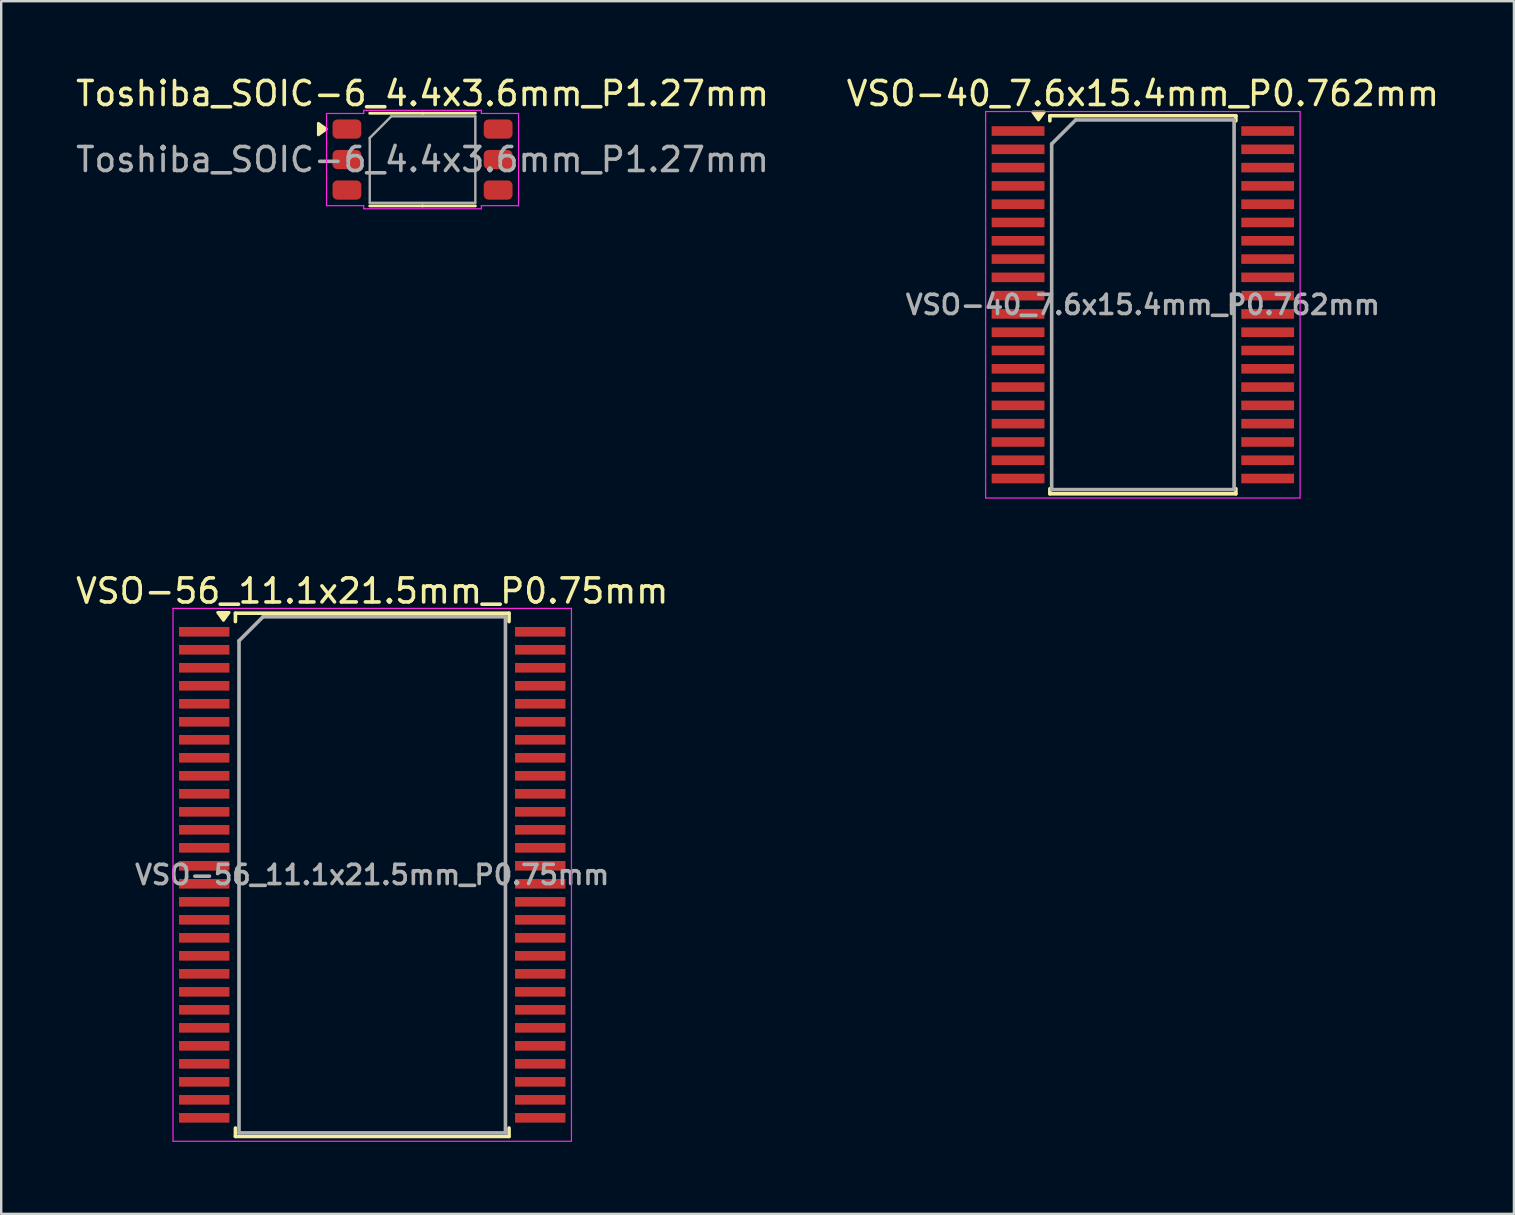
<source format=kicad_pcb>
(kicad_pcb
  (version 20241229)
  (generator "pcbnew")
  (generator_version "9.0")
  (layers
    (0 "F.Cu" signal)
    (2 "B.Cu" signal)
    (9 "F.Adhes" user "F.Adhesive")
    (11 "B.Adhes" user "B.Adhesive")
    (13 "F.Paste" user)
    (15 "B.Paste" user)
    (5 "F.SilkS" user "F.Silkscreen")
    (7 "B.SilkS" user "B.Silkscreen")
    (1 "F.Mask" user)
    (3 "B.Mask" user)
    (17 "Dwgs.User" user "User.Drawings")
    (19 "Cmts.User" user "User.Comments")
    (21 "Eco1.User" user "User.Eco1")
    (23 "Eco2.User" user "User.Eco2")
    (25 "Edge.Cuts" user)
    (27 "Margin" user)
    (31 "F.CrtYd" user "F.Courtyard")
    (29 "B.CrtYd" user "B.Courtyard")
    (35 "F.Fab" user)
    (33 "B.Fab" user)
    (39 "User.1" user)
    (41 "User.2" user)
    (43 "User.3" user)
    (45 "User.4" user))
  (footprint "Toshiba_SOIC-6_4.4x3.6mm_P1.27mm"
    (layer "F.Cu")
    (at 14.554 3.598)
    (property "Reference" "Toshiba_SOIC-6_4.4x3.6mm_P1.27mm" (at 0 -2.75 0) (layer "F.SilkS") (effects (font (size 1 1) (thickness 0.15))))
    (attr smd)
    (fp_line (start 0 -1.93) (end -2.2 -1.93) (stroke (width 0.12) (type solid)) (layer "F.SilkS"))
    (fp_line (start 0 -1.93) (end 2.2 -1.93) (stroke (width 0.12) (type solid)) (layer "F.SilkS"))
    (fp_line (start 0 1.93) (end -2.2 1.93) (stroke (width 0.12) (type solid)) (layer "F.SilkS"))
    (fp_line (start 0 1.93) (end 2.2 1.93) (stroke (width 0.12) (type solid)) (layer "F.SilkS"))
    (fp_poly (pts (xy -4.01 -1.27) (xy -4.34 -1.03) (xy -4.34 -1.51)) (stroke (width 0.12) (type solid)) (fill yes) (layer "F.SilkS"))
    (fp_line (start -4 -1.92) (end -2.45 -1.92) (stroke (width 0.05) (type solid)) (layer "F.CrtYd"))
    (fp_line (start -4 1.92) (end -4 -1.92) (stroke (width 0.05) (type solid)) (layer "F.CrtYd"))
    (fp_line (start -2.45 -2.05) (end 2.45 -2.05) (stroke (width 0.05) (type solid)) (layer "F.CrtYd"))
    (fp_line (start -2.45 -1.92) (end -2.45 -2.05) (stroke (width 0.05) (type solid)) (layer "F.CrtYd"))
    (fp_line (start -2.45 1.92) (end -4 1.92) (stroke (width 0.05) (type solid)) (layer "F.CrtYd"))
    (fp_line (start -2.45 2.05) (end -2.45 1.92) (stroke (width 0.05) (type solid)) (layer "F.CrtYd"))
    (fp_line (start 2.45 -2.05) (end 2.45 -1.92) (stroke (width 0.05) (type solid)) (layer "F.CrtYd"))
    (fp_line (start 2.45 -1.92) (end 4 -1.92) (stroke (width 0.05) (type solid)) (layer "F.CrtYd"))
    (fp_line (start 2.45 1.92) (end 2.45 2.05) (stroke (width 0.05) (type solid)) (layer "F.CrtYd"))
    (fp_line (start 2.45 2.05) (end -2.45 2.05) (stroke (width 0.05) (type solid)) (layer "F.CrtYd"))
    (fp_line (start 4 -1.92) (end 4 1.92) (stroke (width 0.05) (type solid)) (layer "F.CrtYd"))
    (fp_line (start 4 1.92) (end 2.45 1.92) (stroke (width 0.05) (type solid)) (layer "F.CrtYd"))
    (fp_line (start -2.2 -0.9) (end -1.3 -1.8) (stroke (width 0.1) (type solid)) (layer "F.Fab"))
    (fp_line (start -2.2 1.8) (end -2.2 -0.9) (stroke (width 0.1) (type solid)) (layer "F.Fab"))
    (fp_line (start -1.3 -1.8) (end 2.2 -1.8) (stroke (width 0.1) (type solid)) (layer "F.Fab"))
    (fp_line (start 2.2 -1.8) (end 2.2 1.8) (stroke (width 0.1) (type solid)) (layer "F.Fab"))
    (fp_line (start 2.2 1.8) (end -2.2 1.8) (stroke (width 0.1) (type solid)) (layer "F.Fab"))
    (fp_text user "${REFERENCE}" (at 0 0 0) (layer "F.Fab") (effects (font (size 1 1) (thickness 0.15))))
    (pad "1" smd roundrect (at -3.15 -1.27) (size 1.2 0.8) (layers "F.Cu" "F.Mask" "F.Paste") (roundrect_rratio 0.25))
    (pad "2" smd roundrect (at -3.15 0) (size 1.2 0.8) (layers "F.Cu" "F.Mask" "F.Paste") (roundrect_rratio 0.25))
    (pad "3" smd roundrect (at -3.15 1.27) (size 1.2 0.8) (layers "F.Cu" "F.Mask" "F.Paste") (roundrect_rratio 0.25))
    (pad "4" smd roundrect (at 3.15 1.27) (size 1.2 0.8) (layers "F.Cu" "F.Mask" "F.Paste") (roundrect_rratio 0.25))
    (pad "5" smd roundrect (at 3.15 0) (size 1.2 0.8) (layers "F.Cu" "F.Mask" "F.Paste") (roundrect_rratio 0.25))
    (pad "6" smd roundrect (at 3.15 -1.27) (size 1.2 0.8) (layers "F.Cu" "F.Mask" "F.Paste") (roundrect_rratio 0.25)))
  (footprint "VSO-40_7.6x15.4mm_P0.762mm"
    (layer "F.Cu")
    (at 44.565 9.648)
    (property "Reference" "VSO-40_7.6x15.4mm_P0.762mm" (at 0 -8.8 0) (layer "F.SilkS") (effects (font (size 1 1) (thickness 0.15))))
    (attr smd)
    (fp_line (start -3.875 -7.875) (end -3.875 -7.664) (stroke (width 0.15) (type solid)) (layer "F.SilkS"))
    (fp_line (start -3.875 -7.875) (end 3.875 -7.875) (stroke (width 0.15) (type solid)) (layer "F.SilkS"))
    (fp_line (start -3.875 7.875) (end -3.875 7.664) (stroke (width 0.15) (type solid)) (layer "F.SilkS"))
    (fp_line (start -3.875 7.875) (end 3.875 7.875) (stroke (width 0.15) (type solid)) (layer "F.SilkS"))
    (fp_line (start 3.875 -7.875) (end 3.875 -7.664) (stroke (width 0.15) (type solid)) (layer "F.SilkS"))
    (fp_line (start 3.875 7.875) (end 3.875 7.664) (stroke (width 0.15) (type solid)) (layer "F.SilkS"))
    (fp_poly (pts (xy -4.35 -7.7) (xy -4.59 -8.03) (xy -4.11 -8.03) (xy -4.35 -7.7)) (stroke (width 0.12) (type solid)) (fill yes) (layer "F.SilkS"))
    (fp_line (start -6.55 -8.05) (end -6.55 8.05) (stroke (width 0.05) (type solid)) (layer "F.CrtYd"))
    (fp_line (start -6.55 -8.05) (end 6.55 -8.05) (stroke (width 0.05) (type solid)) (layer "F.CrtYd"))
    (fp_line (start -6.55 8.05) (end 6.55 8.05) (stroke (width 0.05) (type solid)) (layer "F.CrtYd"))
    (fp_line (start 6.55 -8.05) (end 6.55 8.05) (stroke (width 0.05) (type solid)) (layer "F.CrtYd"))
    (fp_line (start -3.8 -6.7) (end -2.8 -7.7) (stroke (width 0.15) (type solid)) (layer "F.Fab"))
    (fp_line (start -3.8 7.7) (end -3.8 -6.7) (stroke (width 0.15) (type solid)) (layer "F.Fab"))
    (fp_line (start -2.8 -7.7) (end 3.8 -7.7) (stroke (width 0.15) (type solid)) (layer "F.Fab"))
    (fp_line (start 3.8 -7.7) (end 3.8 7.7) (stroke (width 0.15) (type solid)) (layer "F.Fab"))
    (fp_line (start 3.8 7.7) (end -3.8 7.7) (stroke (width 0.15) (type solid)) (layer "F.Fab"))
    (fp_text user "${REFERENCE}" (at 0 0 0) (layer "F.Fab") (effects (font (size 0.8 0.8) (thickness 0.15))))
    (pad "1" smd rect (at -5.2 -7.239) (size 2.2 0.4) (layers "F.Cu" "F.Mask" "F.Paste"))
    (pad "2" smd rect (at -5.2 -6.477) (size 2.2 0.4) (layers "F.Cu" "F.Mask" "F.Paste"))
    (pad "3" smd rect (at -5.2 -5.715) (size 2.2 0.4) (layers "F.Cu" "F.Mask" "F.Paste"))
    (pad "4" smd rect (at -5.2 -4.953) (size 2.2 0.4) (layers "F.Cu" "F.Mask" "F.Paste"))
    (pad "5" smd rect (at -5.2 -4.191) (size 2.2 0.4) (layers "F.Cu" "F.Mask" "F.Paste"))
    (pad "6" smd rect (at -5.2 -3.429) (size 2.2 0.4) (layers "F.Cu" "F.Mask" "F.Paste"))
    (pad "7" smd rect (at -5.2 -2.667) (size 2.2 0.4) (layers "F.Cu" "F.Mask" "F.Paste"))
    (pad "8" smd rect (at -5.2 -1.905) (size 2.2 0.4) (layers "F.Cu" "F.Mask" "F.Paste"))
    (pad "9" smd rect (at -5.2 -1.143) (size 2.2 0.4) (layers "F.Cu" "F.Mask" "F.Paste"))
    (pad "10" smd rect (at -5.2 -0.381) (size 2.2 0.4) (layers "F.Cu" "F.Mask" "F.Paste"))
    (pad "11" smd rect (at -5.2 0.381) (size 2.2 0.4) (layers "F.Cu" "F.Mask" "F.Paste"))
    (pad "12" smd rect (at -5.2 1.143) (size 2.2 0.4) (layers "F.Cu" "F.Mask" "F.Paste"))
    (pad "13" smd rect (at -5.2 1.905) (size 2.2 0.4) (layers "F.Cu" "F.Mask" "F.Paste"))
    (pad "14" smd rect (at -5.2 2.667) (size 2.2 0.4) (layers "F.Cu" "F.Mask" "F.Paste"))
    (pad "15" smd rect (at -5.2 3.429) (size 2.2 0.4) (layers "F.Cu" "F.Mask" "F.Paste"))
    (pad "16" smd rect (at -5.2 4.191) (size 2.2 0.4) (layers "F.Cu" "F.Mask" "F.Paste"))
    (pad "17" smd rect (at -5.2 4.953) (size 2.2 0.4) (layers "F.Cu" "F.Mask" "F.Paste"))
    (pad "18" smd rect (at -5.2 5.715) (size 2.2 0.4) (layers "F.Cu" "F.Mask" "F.Paste"))
    (pad "19" smd rect (at -5.2 6.477) (size 2.2 0.4) (layers "F.Cu" "F.Mask" "F.Paste"))
    (pad "20" smd rect (at -5.2 7.239) (size 2.2 0.4) (layers "F.Cu" "F.Mask" "F.Paste"))
    (pad "21" smd rect (at 5.2 7.239) (size 2.2 0.4) (layers "F.Cu" "F.Mask" "F.Paste"))
    (pad "22" smd rect (at 5.2 6.477) (size 2.2 0.4) (layers "F.Cu" "F.Mask" "F.Paste"))
    (pad "23" smd rect (at 5.2 5.715) (size 2.2 0.4) (layers "F.Cu" "F.Mask" "F.Paste"))
    (pad "24" smd rect (at 5.2 4.953) (size 2.2 0.4) (layers "F.Cu" "F.Mask" "F.Paste"))
    (pad "25" smd rect (at 5.2 4.191) (size 2.2 0.4) (layers "F.Cu" "F.Mask" "F.Paste"))
    (pad "26" smd rect (at 5.2 3.429) (size 2.2 0.4) (layers "F.Cu" "F.Mask" "F.Paste"))
    (pad "27" smd rect (at 5.2 2.667) (size 2.2 0.4) (layers "F.Cu" "F.Mask" "F.Paste"))
    (pad "28" smd rect (at 5.2 1.905) (size 2.2 0.4) (layers "F.Cu" "F.Mask" "F.Paste"))
    (pad "29" smd rect (at 5.2 1.143) (size 2.2 0.4) (layers "F.Cu" "F.Mask" "F.Paste"))
    (pad "30" smd rect (at 5.2 0.381) (size 2.2 0.4) (layers "F.Cu" "F.Mask" "F.Paste"))
    (pad "31" smd rect (at 5.2 -0.381) (size 2.2 0.4) (layers "F.Cu" "F.Mask" "F.Paste"))
    (pad "32" smd rect (at 5.2 -1.143) (size 2.2 0.4) (layers "F.Cu" "F.Mask" "F.Paste"))
    (pad "33" smd rect (at 5.2 -1.905) (size 2.2 0.4) (layers "F.Cu" "F.Mask" "F.Paste"))
    (pad "34" smd rect (at 5.2 -2.667) (size 2.2 0.4) (layers "F.Cu" "F.Mask" "F.Paste"))
    (pad "35" smd rect (at 5.2 -3.429) (size 2.2 0.4) (layers "F.Cu" "F.Mask" "F.Paste"))
    (pad "36" smd rect (at 5.2 -4.191) (size 2.2 0.4) (layers "F.Cu" "F.Mask" "F.Paste"))
    (pad "37" smd rect (at 5.2 -4.953) (size 2.2 0.4) (layers "F.Cu" "F.Mask" "F.Paste"))
    (pad "38" smd rect (at 5.2 -5.715) (size 2.2 0.4) (layers "F.Cu" "F.Mask" "F.Paste"))
    (pad "39" smd rect (at 5.2 -6.477) (size 2.2 0.4) (layers "F.Cu" "F.Mask" "F.Paste"))
    (pad "40" smd rect (at 5.2 -7.239) (size 2.2 0.4) (layers "F.Cu" "F.Mask" "F.Paste")))
  (footprint "VSO-56_11.1x21.5mm_P0.75mm"
    (layer "F.Cu")
    (at 12.458 33.397)
    (property "Reference" "VSO-56_11.1x21.5mm_P0.75mm" (at 0 -11.825 0) (layer "F.SilkS") (effects (font (size 1 1) (thickness 0.15))))
    (attr smd)
    (fp_line (start -5.7 -10.9) (end -5.7 -10.55) (stroke (width 0.15) (type solid)) (layer "F.SilkS"))
    (fp_line (start -5.7 -10.9) (end 5.7 -10.9) (stroke (width 0.15) (type solid)) (layer "F.SilkS"))
    (fp_line (start -5.7 10.9) (end -5.7 10.55) (stroke (width 0.15) (type solid)) (layer "F.SilkS"))
    (fp_line (start -5.7 10.9) (end 5.7 10.9) (stroke (width 0.15) (type solid)) (layer "F.SilkS"))
    (fp_line (start 5.7 -10.9) (end 5.7 -10.55) (stroke (width 0.15) (type solid)) (layer "F.SilkS"))
    (fp_line (start 5.7 10.9) (end 5.7 10.55) (stroke (width 0.15) (type solid)) (layer "F.SilkS"))
    (fp_poly (pts (xy -6.2 -10.6) (xy -6.44 -10.93) (xy -5.96 -10.93) (xy -6.2 -10.6)) (stroke (width 0.12) (type solid)) (fill yes) (layer "F.SilkS"))
    (fp_line (start -8.3 -11.1) (end -8.3 11.1) (stroke (width 0.05) (type solid)) (layer "F.CrtYd"))
    (fp_line (start -8.3 -11.1) (end 8.3 -11.1) (stroke (width 0.05) (type solid)) (layer "F.CrtYd"))
    (fp_line (start -8.3 11.1) (end 8.3 11.1) (stroke (width 0.05) (type solid)) (layer "F.CrtYd"))
    (fp_line (start 8.3 -11.1) (end 8.3 11.1) (stroke (width 0.05) (type solid)) (layer "F.CrtYd"))
    (fp_line (start -5.55 -9.75) (end -4.55 -10.75) (stroke (width 0.15) (type solid)) (layer "F.Fab"))
    (fp_line (start -5.55 10.75) (end -5.55 -9.75) (stroke (width 0.15) (type solid)) (layer "F.Fab"))
    (fp_line (start -4.55 -10.75) (end 5.55 -10.75) (stroke (width 0.15) (type solid)) (layer "F.Fab"))
    (fp_line (start 5.55 -10.75) (end 5.55 10.75) (stroke (width 0.15) (type solid)) (layer "F.Fab"))
    (fp_line (start 5.55 10.75) (end -5.55 10.75) (stroke (width 0.15) (type solid)) (layer "F.Fab"))
    (fp_text user "${REFERENCE}" (at 0 0 0) (layer "F.Fab") (effects (font (size 0.8 0.8) (thickness 0.15))))
    (pad "1" smd rect (at -7 -10.125) (size 2.1 0.4) (layers "F.Cu" "F.Mask" "F.Paste"))
    (pad "2" smd rect (at -7 -9.375) (size 2.1 0.4) (layers "F.Cu" "F.Mask" "F.Paste"))
    (pad "3" smd rect (at -7 -8.625) (size 2.1 0.4) (layers "F.Cu" "F.Mask" "F.Paste"))
    (pad "4" smd rect (at -7 -7.875) (size 2.1 0.4) (layers "F.Cu" "F.Mask" "F.Paste"))
    (pad "5" smd rect (at -7 -7.125) (size 2.1 0.4) (layers "F.Cu" "F.Mask" "F.Paste"))
    (pad "6" smd rect (at -7 -6.375) (size 2.1 0.4) (layers "F.Cu" "F.Mask" "F.Paste"))
    (pad "7" smd rect (at -7 -5.625) (size 2.1 0.4) (layers "F.Cu" "F.Mask" "F.Paste"))
    (pad "8" smd rect (at -7 -4.875) (size 2.1 0.4) (layers "F.Cu" "F.Mask" "F.Paste"))
    (pad "9" smd rect (at -7 -4.125) (size 2.1 0.4) (layers "F.Cu" "F.Mask" "F.Paste"))
    (pad "10" smd rect (at -7 -3.375) (size 2.1 0.4) (layers "F.Cu" "F.Mask" "F.Paste"))
    (pad "11" smd rect (at -7 -2.625) (size 2.1 0.4) (layers "F.Cu" "F.Mask" "F.Paste"))
    (pad "12" smd rect (at -7 -1.875) (size 2.1 0.4) (layers "F.Cu" "F.Mask" "F.Paste"))
    (pad "13" smd rect (at -7 -1.125) (size 2.1 0.4) (layers "F.Cu" "F.Mask" "F.Paste"))
    (pad "14" smd rect (at -7 -0.375) (size 2.1 0.4) (layers "F.Cu" "F.Mask" "F.Paste"))
    (pad "15" smd rect (at -7 0.375) (size 2.1 0.4) (layers "F.Cu" "F.Mask" "F.Paste"))
    (pad "16" smd rect (at -7 1.125) (size 2.1 0.4) (layers "F.Cu" "F.Mask" "F.Paste"))
    (pad "17" smd rect (at -7 1.875) (size 2.1 0.4) (layers "F.Cu" "F.Mask" "F.Paste"))
    (pad "18" smd rect (at -7 2.625) (size 2.1 0.4) (layers "F.Cu" "F.Mask" "F.Paste"))
    (pad "19" smd rect (at -7 3.375) (size 2.1 0.4) (layers "F.Cu" "F.Mask" "F.Paste"))
    (pad "20" smd rect (at -7 4.125) (size 2.1 0.4) (layers "F.Cu" "F.Mask" "F.Paste"))
    (pad "21" smd rect (at -7 4.875) (size 2.1 0.4) (layers "F.Cu" "F.Mask" "F.Paste"))
    (pad "22" smd rect (at -7 5.625) (size 2.1 0.4) (layers "F.Cu" "F.Mask" "F.Paste"))
    (pad "23" smd rect (at -7 6.375) (size 2.1 0.4) (layers "F.Cu" "F.Mask" "F.Paste"))
    (pad "24" smd rect (at -7 7.125) (size 2.1 0.4) (layers "F.Cu" "F.Mask" "F.Paste"))
    (pad "25" smd rect (at -7 7.875) (size 2.1 0.4) (layers "F.Cu" "F.Mask" "F.Paste"))
    (pad "26" smd rect (at -7 8.625) (size 2.1 0.4) (layers "F.Cu" "F.Mask" "F.Paste"))
    (pad "27" smd rect (at -7 9.375) (size 2.1 0.4) (layers "F.Cu" "F.Mask" "F.Paste"))
    (pad "28" smd rect (at -7 10.125) (size 2.1 0.4) (layers "F.Cu" "F.Mask" "F.Paste"))
    (pad "29" smd rect (at 7 10.125) (size 2.1 0.4) (layers "F.Cu" "F.Mask" "F.Paste"))
    (pad "30" smd rect (at 7 9.375) (size 2.1 0.4) (layers "F.Cu" "F.Mask" "F.Paste"))
    (pad "31" smd rect (at 7 8.625) (size 2.1 0.4) (layers "F.Cu" "F.Mask" "F.Paste"))
    (pad "32" smd rect (at 7 7.875) (size 2.1 0.4) (layers "F.Cu" "F.Mask" "F.Paste"))
    (pad "33" smd rect (at 7 7.125) (size 2.1 0.4) (layers "F.Cu" "F.Mask" "F.Paste"))
    (pad "34" smd rect (at 7 6.375) (size 2.1 0.4) (layers "F.Cu" "F.Mask" "F.Paste"))
    (pad "35" smd rect (at 7 5.625) (size 2.1 0.4) (layers "F.Cu" "F.Mask" "F.Paste"))
    (pad "36" smd rect (at 7 4.875) (size 2.1 0.4) (layers "F.Cu" "F.Mask" "F.Paste"))
    (pad "37" smd rect (at 7 4.125) (size 2.1 0.4) (layers "F.Cu" "F.Mask" "F.Paste"))
    (pad "38" smd rect (at 7 3.375) (size 2.1 0.4) (layers "F.Cu" "F.Mask" "F.Paste"))
    (pad "39" smd rect (at 7 2.625) (size 2.1 0.4) (layers "F.Cu" "F.Mask" "F.Paste"))
    (pad "40" smd rect (at 7 1.875) (size 2.1 0.4) (layers "F.Cu" "F.Mask" "F.Paste"))
    (pad "41" smd rect (at 7 1.125) (size 2.1 0.4) (layers "F.Cu" "F.Mask" "F.Paste"))
    (pad "42" smd rect (at 7 0.375) (size 2.1 0.4) (layers "F.Cu" "F.Mask" "F.Paste"))
    (pad "43" smd rect (at 7 -0.375) (size 2.1 0.4) (layers "F.Cu" "F.Mask" "F.Paste"))
    (pad "44" smd rect (at 7 -1.125) (size 2.1 0.4) (layers "F.Cu" "F.Mask" "F.Paste"))
    (pad "45" smd rect (at 7 -1.875) (size 2.1 0.4) (layers "F.Cu" "F.Mask" "F.Paste"))
    (pad "46" smd rect (at 7 -2.625) (size 2.1 0.4) (layers "F.Cu" "F.Mask" "F.Paste"))
    (pad "47" smd rect (at 7 -3.375) (size 2.1 0.4) (layers "F.Cu" "F.Mask" "F.Paste"))
    (pad "48" smd rect (at 7 -4.125) (size 2.1 0.4) (layers "F.Cu" "F.Mask" "F.Paste"))
    (pad "49" smd rect (at 7 -4.875) (size 2.1 0.4) (layers "F.Cu" "F.Mask" "F.Paste"))
    (pad "50" smd rect (at 7 -5.625) (size 2.1 0.4) (layers "F.Cu" "F.Mask" "F.Paste"))
    (pad "51" smd rect (at 7 -6.375) (size 2.1 0.4) (layers "F.Cu" "F.Mask" "F.Paste"))
    (pad "52" smd rect (at 7 -7.125) (size 2.1 0.4) (layers "F.Cu" "F.Mask" "F.Paste"))
    (pad "53" smd rect (at 7 -7.875) (size 2.1 0.4) (layers "F.Cu" "F.Mask" "F.Paste"))
    (pad "54" smd rect (at 7 -8.625) (size 2.1 0.4) (layers "F.Cu" "F.Mask" "F.Paste"))
    (pad "55" smd rect (at 7 -9.375) (size 2.1 0.4) (layers "F.Cu" "F.Mask" "F.Paste"))
    (pad "56" smd rect (at 7 -10.125) (size 2.1 0.4) (layers "F.Cu" "F.Mask" "F.Paste")))
  (gr_rect
    (start -3 -3)
    (end 60.024 47.522)
    (stroke (width 0.1) (type default))
    (fill no)
    (layer "Edge.Cuts")))
</source>
